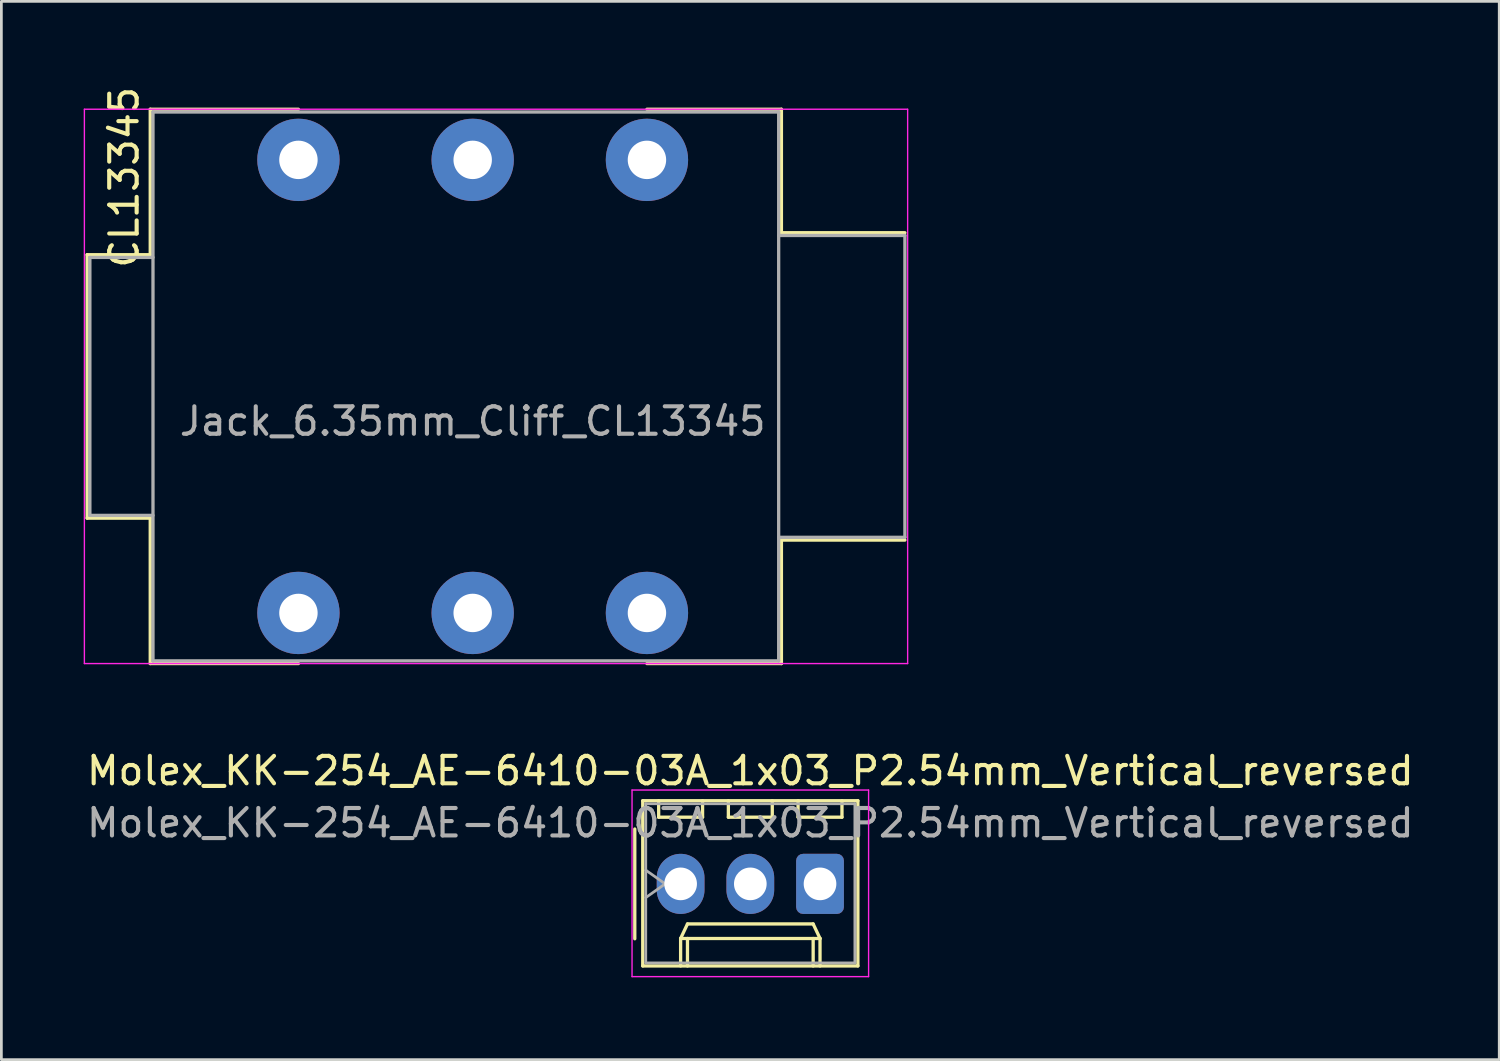
<source format=kicad_pcb>
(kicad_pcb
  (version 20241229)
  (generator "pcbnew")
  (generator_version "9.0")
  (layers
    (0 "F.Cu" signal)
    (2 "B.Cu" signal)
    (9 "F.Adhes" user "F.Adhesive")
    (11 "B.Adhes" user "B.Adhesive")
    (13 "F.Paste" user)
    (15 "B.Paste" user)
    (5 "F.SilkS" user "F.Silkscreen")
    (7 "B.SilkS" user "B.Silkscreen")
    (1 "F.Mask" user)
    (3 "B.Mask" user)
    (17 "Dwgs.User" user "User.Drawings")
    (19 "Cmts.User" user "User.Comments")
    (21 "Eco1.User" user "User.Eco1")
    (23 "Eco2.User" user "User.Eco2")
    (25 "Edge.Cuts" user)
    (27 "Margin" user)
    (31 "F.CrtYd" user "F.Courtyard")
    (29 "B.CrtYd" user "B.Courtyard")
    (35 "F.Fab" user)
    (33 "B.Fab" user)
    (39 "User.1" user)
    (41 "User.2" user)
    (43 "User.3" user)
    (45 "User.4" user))
  (footprint "CL13345"
    (layer "F.Cu")
    (at 20.525 11.031)
    (property "Reference" "CL13345" (at -19.05 -7.62 270) (layer "F.SilkS") (effects (font (size 1 1) (thickness 0.15))))
    (attr through_hole)
    (fp_line (start -20.4 -4.8) (end -20.4 4.8) (stroke (width 0.12) (type solid)) (layer "F.SilkS"))
    (fp_line (start -20.4 4.8) (end -18.1 4.8) (stroke (width 0.12) (type solid)) (layer "F.SilkS"))
    (fp_line (start -18.1 -10.1) (end -18.1 -4.8) (stroke (width 0.12) (type solid)) (layer "F.SilkS"))
    (fp_line (start -18.1 -4.8) (end -20.4 -4.8) (stroke (width 0.12) (type solid)) (layer "F.SilkS"))
    (fp_line (start -18.1 4.8) (end -18.1 10.1) (stroke (width 0.12) (type solid)) (layer "F.SilkS"))
    (fp_line (start -18.1 10.1) (end -12.7 10.1) (stroke (width 0.12) (type solid)) (layer "F.SilkS"))
    (fp_line (start -12.7 -10.1) (end -18.1 -10.1) (stroke (width 0.12) (type solid)) (layer "F.SilkS"))
    (fp_line (start 4.9 -10.1) (end 0 -10.1) (stroke (width 0.12) (type solid)) (layer "F.SilkS"))
    (fp_line (start 4.9 -5.6) (end 4.9 -10.1) (stroke (width 0.12) (type solid)) (layer "F.SilkS"))
    (fp_line (start 4.9 5.6) (end 4.9 10.1) (stroke (width 0.12) (type solid)) (layer "F.SilkS"))
    (fp_line (start 4.9 10.1) (end 0 10.1) (stroke (width 0.12) (type solid)) (layer "F.SilkS"))
    (fp_line (start 9.4 -5.6) (end 4.9 -5.6) (stroke (width 0.12) (type solid)) (layer "F.SilkS"))
    (fp_line (start 9.4 5.6) (end 4.9 5.6) (stroke (width 0.12) (type solid)) (layer "F.SilkS"))
    (fp_line (start -20.5 -10.1) (end 9.5 -10.1) (stroke (width 0.05) (type solid)) (layer "F.CrtYd"))
    (fp_line (start -20.5 10.1) (end -20.5 -10.1) (stroke (width 0.05) (type solid)) (layer "F.CrtYd"))
    (fp_line (start 9.5 -10.1) (end 9.5 10.1) (stroke (width 0.05) (type solid)) (layer "F.CrtYd"))
    (fp_line (start 9.5 10.1) (end -20.5 10.1) (stroke (width 0.05) (type solid)) (layer "F.CrtYd"))
    (fp_line (start -20.3 -4.7) (end -18 -4.7) (stroke (width 0.12) (type solid)) (layer "F.Fab"))
    (fp_line (start -20.3 4.7) (end -20.3 -4.7) (stroke (width 0.12) (type solid)) (layer "F.Fab"))
    (fp_line (start -20.3 4.7) (end -18 4.7) (stroke (width 0.12) (type solid)) (layer "F.Fab"))
    (fp_line (start -18 -10) (end -18 10) (stroke (width 0.12) (type solid)) (layer "F.Fab"))
    (fp_line (start -18 10) (end 4.8 10) (stroke (width 0.12) (type solid)) (layer "F.Fab"))
    (fp_line (start 4.8 -10) (end -18 -10) (stroke (width 0.12) (type solid)) (layer "F.Fab"))
    (fp_line (start 4.8 -10) (end 4.8 10) (stroke (width 0.12) (type solid)) (layer "F.Fab"))
    (fp_line (start 9.4 -5.5) (end 4.8 -5.5) (stroke (width 0.12) (type solid)) (layer "F.Fab"))
    (fp_line (start 9.4 5.5) (end 4.8 5.5) (stroke (width 0.12) (type solid)) (layer "F.Fab"))
    (fp_line (start 9.4 5.5) (end 9.4 -5.5) (stroke (width 0.12) (type solid)) (layer "F.Fab"))
    (fp_text user "Jack_6.35mm_Cliff_CL13345" (at -6.35 1.27 0) (layer "F.Fab") (effects (font (size 1 1) (thickness 0.15))))
    (pad "R" thru_hole circle (at -6.35 -8.255 90) (size 3 3) (drill 1.4) (layers "*.Cu" "*.Mask"))
    (pad "RN" thru_hole circle (at -6.35 8.255 90) (size 3 3) (drill 1.4) (layers "*.Cu" "*.Mask"))
    (pad "S" thru_hole circle (at 0 -8.255 90) (size 3 3) (drill 1.4) (layers "*.Cu" "*.Mask"))
    (pad "SN" thru_hole circle (at 0 8.255 90) (size 3 3) (drill 1.4) (layers "*.Cu" "*.Mask"))
    (pad "T" thru_hole circle (at -12.7 -8.255 90) (size 3 3) (drill 1.4) (layers "*.Cu" "*.Mask"))
    (pad "TN" thru_hole circle (at -12.7 8.255 90) (size 3 3) (drill 1.4) (layers "*.Cu" "*.Mask")))
  (footprint "Molex_KK-254_AE-6410-03A_1x03_P2.54mm_Vertical_reversed"
    (layer "F.Cu")
    (at 21.752 29.159)
    (property "Reference" "Molex_KK-254_AE-6410-03A_1x03_P2.54mm_Vertical_reversed" (at 2.54 -4.12 0) (layer "F.SilkS") (effects (font (size 1 1) (thickness 0.15))))
    (attr through_hole)
    (fp_line (start -1.67 -2) (end -1.67 2) (stroke (width 0.12) (type solid)) (layer "F.SilkS"))
    (fp_line (start -1.38 -3.03) (end -1.38 2.99) (stroke (width 0.12) (type solid)) (layer "F.SilkS"))
    (fp_line (start -1.38 2.99) (end 6.46 2.99) (stroke (width 0.12) (type solid)) (layer "F.SilkS"))
    (fp_line (start -0.8 -3.03) (end -0.8 -2.43) (stroke (width 0.12) (type solid)) (layer "F.SilkS"))
    (fp_line (start -0.8 -2.43) (end 0.8 -2.43) (stroke (width 0.12) (type solid)) (layer "F.SilkS"))
    (fp_line (start 0 1.99) (end 0.25 1.46) (stroke (width 0.12) (type solid)) (layer "F.SilkS"))
    (fp_line (start 0 1.99) (end 5.08 1.99) (stroke (width 0.12) (type solid)) (layer "F.SilkS"))
    (fp_line (start 0 2.99) (end 0 1.99) (stroke (width 0.12) (type solid)) (layer "F.SilkS"))
    (fp_line (start 0.25 1.46) (end 4.83 1.46) (stroke (width 0.12) (type solid)) (layer "F.SilkS"))
    (fp_line (start 0.25 2.99) (end 0.25 1.99) (stroke (width 0.12) (type solid)) (layer "F.SilkS"))
    (fp_line (start 0.8 -2.43) (end 0.8 -3.03) (stroke (width 0.12) (type solid)) (layer "F.SilkS"))
    (fp_line (start 1.74 -3.03) (end 1.74 -2.43) (stroke (width 0.12) (type solid)) (layer "F.SilkS"))
    (fp_line (start 1.74 -2.43) (end 3.34 -2.43) (stroke (width 0.12) (type solid)) (layer "F.SilkS"))
    (fp_line (start 3.34 -2.43) (end 3.34 -3.03) (stroke (width 0.12) (type solid)) (layer "F.SilkS"))
    (fp_line (start 4.28 -3.03) (end 4.28 -2.43) (stroke (width 0.12) (type solid)) (layer "F.SilkS"))
    (fp_line (start 4.28 -2.43) (end 5.88 -2.43) (stroke (width 0.12) (type solid)) (layer "F.SilkS"))
    (fp_line (start 4.83 1.46) (end 5.08 1.99) (stroke (width 0.12) (type solid)) (layer "F.SilkS"))
    (fp_line (start 4.83 2.99) (end 4.83 1.99) (stroke (width 0.12) (type solid)) (layer "F.SilkS"))
    (fp_line (start 5.08 1.99) (end 5.08 2.99) (stroke (width 0.12) (type solid)) (layer "F.SilkS"))
    (fp_line (start 5.88 -2.43) (end 5.88 -3.03) (stroke (width 0.12) (type solid)) (layer "F.SilkS"))
    (fp_line (start 6.46 -3.03) (end -1.38 -3.03) (stroke (width 0.12) (type solid)) (layer "F.SilkS"))
    (fp_line (start 6.46 2.99) (end 6.46 -3.03) (stroke (width 0.12) (type solid)) (layer "F.SilkS"))
    (fp_line (start -1.77 -3.42) (end -1.77 3.38) (stroke (width 0.05) (type solid)) (layer "F.CrtYd"))
    (fp_line (start -1.77 3.38) (end 6.85 3.38) (stroke (width 0.05) (type solid)) (layer "F.CrtYd"))
    (fp_line (start 6.85 -3.42) (end -1.77 -3.42) (stroke (width 0.05) (type solid)) (layer "F.CrtYd"))
    (fp_line (start 6.85 3.38) (end 6.85 -3.42) (stroke (width 0.05) (type solid)) (layer "F.CrtYd"))
    (fp_line (start -1.27 -2.92) (end -1.27 2.88) (stroke (width 0.1) (type solid)) (layer "F.Fab"))
    (fp_line (start -1.27 -0.5) (end -0.563 0) (stroke (width 0.1) (type solid)) (layer "F.Fab"))
    (fp_line (start -1.27 2.88) (end 6.35 2.88) (stroke (width 0.1) (type solid)) (layer "F.Fab"))
    (fp_line (start -0.563 0) (end -1.27 0.5) (stroke (width 0.1) (type solid)) (layer "F.Fab"))
    (fp_line (start 6.35 -2.92) (end -1.27 -2.92) (stroke (width 0.1) (type solid)) (layer "F.Fab"))
    (fp_line (start 6.35 2.88) (end 6.35 -2.92) (stroke (width 0.1) (type solid)) (layer "F.Fab"))
    (fp_text user "${REFERENCE}" (at 2.54 -2.22 0) (layer "F.Fab") (effects (font (size 1 1) (thickness 0.15))))
    (pad "1" thru_hole roundrect (at 5.08 0) (size 1.74 2.19) (drill 1.19) (layers "*.Cu" "*.Mask") (roundrect_rratio 0.144))
    (pad "2" thru_hole oval (at 2.54 0) (size 1.74 2.19) (drill 1.19) (layers "*.Cu" "*.Mask"))
    (pad "3" thru_hole oval (at 0 0) (size 1.74 2.19) (drill 1.19) (layers "*.Cu" "*.Mask")))
  (gr_rect
    (start -3 -3)
    (end 51.583 35.564)
    (stroke (width 0.1) (type default))
    (fill no)
    (layer "Edge.Cuts")))
</source>
